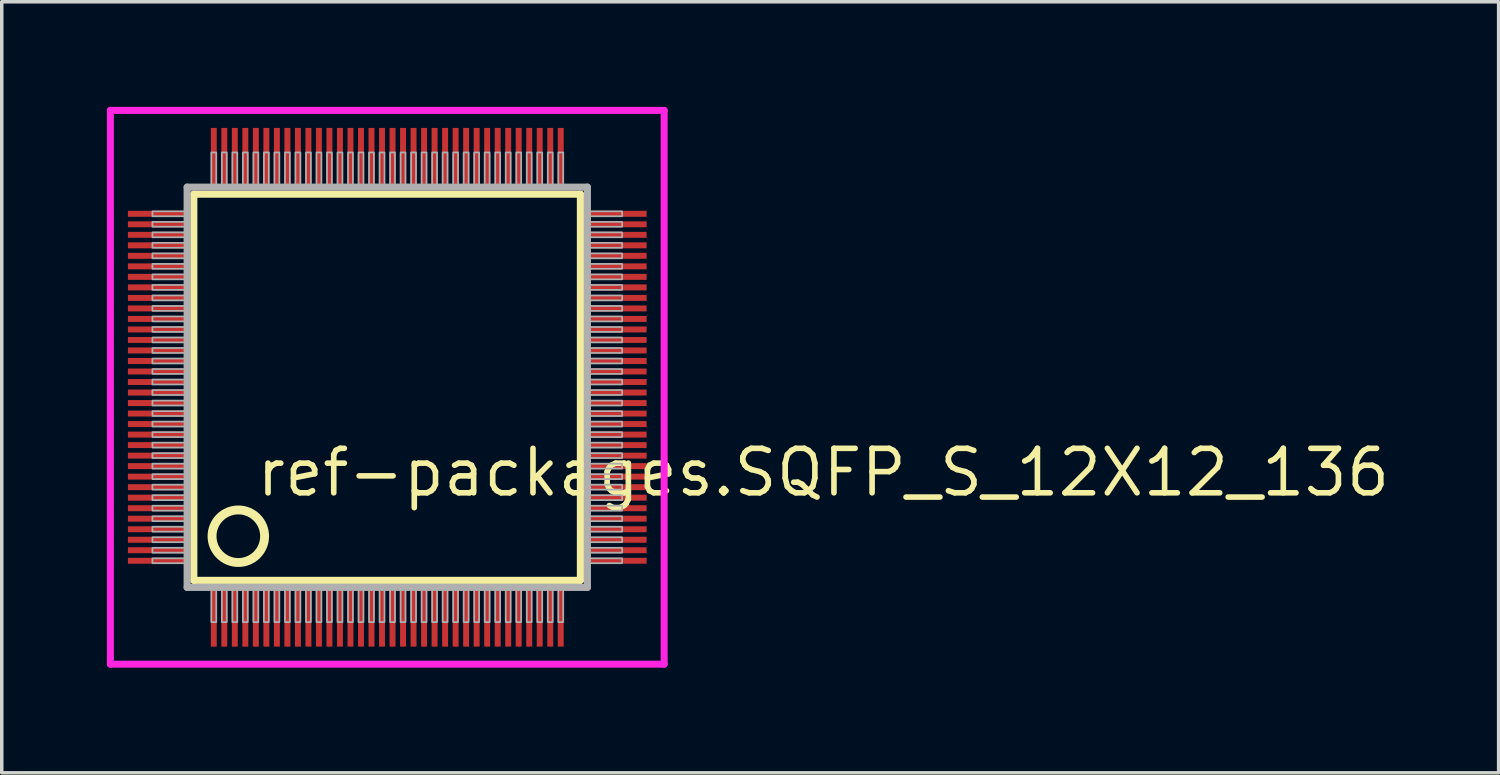
<source format=kicad_pcb>
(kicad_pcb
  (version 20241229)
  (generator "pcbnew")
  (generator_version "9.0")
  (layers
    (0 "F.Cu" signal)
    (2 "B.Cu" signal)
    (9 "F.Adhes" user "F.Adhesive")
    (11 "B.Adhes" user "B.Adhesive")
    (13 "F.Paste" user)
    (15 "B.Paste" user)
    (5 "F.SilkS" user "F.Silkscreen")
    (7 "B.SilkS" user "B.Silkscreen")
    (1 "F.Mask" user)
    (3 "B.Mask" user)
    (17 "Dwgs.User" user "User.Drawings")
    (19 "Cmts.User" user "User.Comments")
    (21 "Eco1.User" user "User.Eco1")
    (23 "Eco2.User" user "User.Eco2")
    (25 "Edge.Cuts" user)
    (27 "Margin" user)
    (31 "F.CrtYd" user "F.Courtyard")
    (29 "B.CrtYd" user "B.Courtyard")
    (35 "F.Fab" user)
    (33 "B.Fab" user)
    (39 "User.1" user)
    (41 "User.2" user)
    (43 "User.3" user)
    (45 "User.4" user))
  (footprint "ref-packages.SQFP_S_12X12_136"
    (layer "F.Cu")
    (at 8 8)
    (property "Reference" "ref-packages.SQFP_S_12X12_136" (at -3.81 3.175 0) (layer "F.SilkS") (effects (font (size 1.27 1.27) (thickness 0.16)) (justify left bottom)))
    (attr smd)
    (fp_line (start -5.52 -5.51) (end 5.51 -5.51) (stroke (width 0.203) (type default)) (layer "F.SilkS"))
    (fp_line (start -5.52 5.51) (end -5.52 -5.51) (stroke (width 0.203) (type default)) (layer "F.SilkS"))
    (fp_line (start 5.51 -5.51) (end 5.51 5.51) (stroke (width 0.203) (type default)) (layer "F.SilkS"))
    (fp_line (start 5.51 5.51) (end -5.52 5.51) (stroke (width 0.203) (type default)) (layer "F.SilkS"))
    (fp_circle (center -4.25 4.25) (end -3.5 4.25) (stroke (width 0.254) (type default)) (fill no) (layer "F.SilkS"))
    (fp_line (start -7.9 -7.9) (end 7.9 -7.9) (stroke (width 0.2) (type default)) (layer "F.CrtYd"))
    (fp_line (start -7.9 7.9) (end -7.9 -7.9) (stroke (width 0.2) (type default)) (layer "F.CrtYd"))
    (fp_line (start 7.9 -7.9) (end 7.9 7.9) (stroke (width 0.2) (type default)) (layer "F.CrtYd"))
    (fp_line (start 7.9 7.9) (end -7.9 7.9) (stroke (width 0.2) (type default)) (layer "F.CrtYd"))
    (fp_line (start -5.71 -5.71) (end -5.71 5.71) (stroke (width 0.203) (type default)) (layer "F.Fab"))
    (fp_line (start -5.71 5.71) (end 5.71 5.71) (stroke (width 0.203) (type default)) (layer "F.Fab"))
    (fp_line (start 5.71 -5.71) (end -5.71 -5.71) (stroke (width 0.203) (type default)) (layer "F.Fab"))
    (fp_line (start 5.71 5.71) (end 5.71 -5.71) (stroke (width 0.203) (type default)) (layer "F.Fab"))
    (fp_rect (start -6.7 -4.88) (end -5.75 -5.02) (stroke (width 0.05) (type default)) (fill no) (layer "F.Fab"))
    (fp_rect (start -6.7 -4.58) (end -5.75 -4.72) (stroke (width 0.05) (type default)) (fill no) (layer "F.Fab"))
    (fp_rect (start -6.7 -4.28) (end -5.75 -4.42) (stroke (width 0.05) (type default)) (fill no) (layer "F.Fab"))
    (fp_rect (start -6.7 -3.98) (end -5.75 -4.12) (stroke (width 0.05) (type default)) (fill no) (layer "F.Fab"))
    (fp_rect (start -6.7 -3.68) (end -5.75 -3.82) (stroke (width 0.05) (type default)) (fill no) (layer "F.Fab"))
    (fp_rect (start -6.7 -3.38) (end -5.75 -3.52) (stroke (width 0.05) (type default)) (fill no) (layer "F.Fab"))
    (fp_rect (start -6.7 -3.08) (end -5.75 -3.22) (stroke (width 0.05) (type default)) (fill no) (layer "F.Fab"))
    (fp_rect (start -6.7 -2.78) (end -5.75 -2.92) (stroke (width 0.05) (type default)) (fill no) (layer "F.Fab"))
    (fp_rect (start -6.7 -2.48) (end -5.75 -2.62) (stroke (width 0.05) (type default)) (fill no) (layer "F.Fab"))
    (fp_rect (start -6.7 -2.18) (end -5.75 -2.32) (stroke (width 0.05) (type default)) (fill no) (layer "F.Fab"))
    (fp_rect (start -6.7 -1.88) (end -5.75 -2.02) (stroke (width 0.05) (type default)) (fill no) (layer "F.Fab"))
    (fp_rect (start -6.7 -1.58) (end -5.75 -1.72) (stroke (width 0.05) (type default)) (fill no) (layer "F.Fab"))
    (fp_rect (start -6.7 -1.28) (end -5.75 -1.42) (stroke (width 0.05) (type default)) (fill no) (layer "F.Fab"))
    (fp_rect (start -6.7 -0.98) (end -5.75 -1.12) (stroke (width 0.05) (type default)) (fill no) (layer "F.Fab"))
    (fp_rect (start -6.7 -0.68) (end -5.75 -0.82) (stroke (width 0.05) (type default)) (fill no) (layer "F.Fab"))
    (fp_rect (start -6.7 -0.38) (end -5.75 -0.52) (stroke (width 0.05) (type default)) (fill no) (layer "F.Fab"))
    (fp_rect (start -6.7 -0.08) (end -5.75 -0.22) (stroke (width 0.05) (type default)) (fill no) (layer "F.Fab"))
    (fp_rect (start -6.7 0.22) (end -5.75 0.08) (stroke (width 0.05) (type default)) (fill no) (layer "F.Fab"))
    (fp_rect (start -6.7 0.52) (end -5.75 0.38) (stroke (width 0.05) (type default)) (fill no) (layer "F.Fab"))
    (fp_rect (start -6.7 0.82) (end -5.75 0.68) (stroke (width 0.05) (type default)) (fill no) (layer "F.Fab"))
    (fp_rect (start -6.7 1.12) (end -5.75 0.98) (stroke (width 0.05) (type default)) (fill no) (layer "F.Fab"))
    (fp_rect (start -6.7 1.42) (end -5.75 1.28) (stroke (width 0.05) (type default)) (fill no) (layer "F.Fab"))
    (fp_rect (start -6.7 1.72) (end -5.75 1.58) (stroke (width 0.05) (type default)) (fill no) (layer "F.Fab"))
    (fp_rect (start -6.7 2.02) (end -5.75 1.88) (stroke (width 0.05) (type default)) (fill no) (layer "F.Fab"))
    (fp_rect (start -6.7 2.32) (end -5.75 2.18) (stroke (width 0.05) (type default)) (fill no) (layer "F.Fab"))
    (fp_rect (start -6.7 2.62) (end -5.75 2.48) (stroke (width 0.05) (type default)) (fill no) (layer "F.Fab"))
    (fp_rect (start -6.7 2.92) (end -5.75 2.78) (stroke (width 0.05) (type default)) (fill no) (layer "F.Fab"))
    (fp_rect (start -6.7 3.22) (end -5.75 3.08) (stroke (width 0.05) (type default)) (fill no) (layer "F.Fab"))
    (fp_rect (start -6.7 3.52) (end -5.75 3.38) (stroke (width 0.05) (type default)) (fill no) (layer "F.Fab"))
    (fp_rect (start -6.7 3.82) (end -5.75 3.68) (stroke (width 0.05) (type default)) (fill no) (layer "F.Fab"))
    (fp_rect (start -6.7 4.12) (end -5.75 3.98) (stroke (width 0.05) (type default)) (fill no) (layer "F.Fab"))
    (fp_rect (start -6.7 4.42) (end -5.75 4.28) (stroke (width 0.05) (type default)) (fill no) (layer "F.Fab"))
    (fp_rect (start -6.7 4.72) (end -5.75 4.58) (stroke (width 0.05) (type default)) (fill no) (layer "F.Fab"))
    (fp_rect (start -6.7 5.02) (end -5.75 4.88) (stroke (width 0.05) (type default)) (fill no) (layer "F.Fab"))
    (fp_rect (start -5.02 -5.75) (end -4.88 -6.7) (stroke (width 0.05) (type default)) (fill no) (layer "F.Fab"))
    (fp_rect (start -5.02 6.7) (end -4.88 5.75) (stroke (width 0.05) (type default)) (fill no) (layer "F.Fab"))
    (fp_rect (start -4.72 -5.75) (end -4.58 -6.7) (stroke (width 0.05) (type default)) (fill no) (layer "F.Fab"))
    (fp_rect (start -4.72 6.7) (end -4.58 5.75) (stroke (width 0.05) (type default)) (fill no) (layer "F.Fab"))
    (fp_rect (start -4.42 -5.75) (end -4.28 -6.7) (stroke (width 0.05) (type default)) (fill no) (layer "F.Fab"))
    (fp_rect (start -4.42 6.7) (end -4.28 5.75) (stroke (width 0.05) (type default)) (fill no) (layer "F.Fab"))
    (fp_rect (start -4.12 -5.75) (end -3.98 -6.7) (stroke (width 0.05) (type default)) (fill no) (layer "F.Fab"))
    (fp_rect (start -4.12 6.7) (end -3.98 5.75) (stroke (width 0.05) (type default)) (fill no) (layer "F.Fab"))
    (fp_rect (start -3.82 -5.75) (end -3.68 -6.7) (stroke (width 0.05) (type default)) (fill no) (layer "F.Fab"))
    (fp_rect (start -3.82 6.7) (end -3.68 5.75) (stroke (width 0.05) (type default)) (fill no) (layer "F.Fab"))
    (fp_rect (start -3.52 -5.75) (end -3.38 -6.7) (stroke (width 0.05) (type default)) (fill no) (layer "F.Fab"))
    (fp_rect (start -3.52 6.7) (end -3.38 5.75) (stroke (width 0.05) (type default)) (fill no) (layer "F.Fab"))
    (fp_rect (start -3.22 -5.75) (end -3.08 -6.7) (stroke (width 0.05) (type default)) (fill no) (layer "F.Fab"))
    (fp_rect (start -3.22 6.7) (end -3.08 5.75) (stroke (width 0.05) (type default)) (fill no) (layer "F.Fab"))
    (fp_rect (start -2.92 -5.75) (end -2.78 -6.7) (stroke (width 0.05) (type default)) (fill no) (layer "F.Fab"))
    (fp_rect (start -2.92 6.7) (end -2.78 5.75) (stroke (width 0.05) (type default)) (fill no) (layer "F.Fab"))
    (fp_rect (start -2.62 -5.75) (end -2.48 -6.7) (stroke (width 0.05) (type default)) (fill no) (layer "F.Fab"))
    (fp_rect (start -2.62 6.7) (end -2.48 5.75) (stroke (width 0.05) (type default)) (fill no) (layer "F.Fab"))
    (fp_rect (start -2.32 -5.75) (end -2.18 -6.7) (stroke (width 0.05) (type default)) (fill no) (layer "F.Fab"))
    (fp_rect (start -2.32 6.7) (end -2.18 5.75) (stroke (width 0.05) (type default)) (fill no) (layer "F.Fab"))
    (fp_rect (start -2.02 -5.75) (end -1.88 -6.7) (stroke (width 0.05) (type default)) (fill no) (layer "F.Fab"))
    (fp_rect (start -2.02 6.7) (end -1.88 5.75) (stroke (width 0.05) (type default)) (fill no) (layer "F.Fab"))
    (fp_rect (start -1.72 -5.75) (end -1.58 -6.7) (stroke (width 0.05) (type default)) (fill no) (layer "F.Fab"))
    (fp_rect (start -1.72 6.7) (end -1.58 5.75) (stroke (width 0.05) (type default)) (fill no) (layer "F.Fab"))
    (fp_rect (start -1.42 -5.75) (end -1.28 -6.7) (stroke (width 0.05) (type default)) (fill no) (layer "F.Fab"))
    (fp_rect (start -1.42 6.7) (end -1.28 5.75) (stroke (width 0.05) (type default)) (fill no) (layer "F.Fab"))
    (fp_rect (start -1.12 -5.75) (end -0.98 -6.7) (stroke (width 0.05) (type default)) (fill no) (layer "F.Fab"))
    (fp_rect (start -1.12 6.7) (end -0.98 5.75) (stroke (width 0.05) (type default)) (fill no) (layer "F.Fab"))
    (fp_rect (start -0.82 -5.75) (end -0.68 -6.7) (stroke (width 0.05) (type default)) (fill no) (layer "F.Fab"))
    (fp_rect (start -0.82 6.7) (end -0.68 5.75) (stroke (width 0.05) (type default)) (fill no) (layer "F.Fab"))
    (fp_rect (start -0.52 -5.75) (end -0.38 -6.7) (stroke (width 0.05) (type default)) (fill no) (layer "F.Fab"))
    (fp_rect (start -0.52 6.7) (end -0.38 5.75) (stroke (width 0.05) (type default)) (fill no) (layer "F.Fab"))
    (fp_rect (start -0.22 -5.75) (end -0.08 -6.7) (stroke (width 0.05) (type default)) (fill no) (layer "F.Fab"))
    (fp_rect (start -0.22 6.7) (end -0.08 5.75) (stroke (width 0.05) (type default)) (fill no) (layer "F.Fab"))
    (fp_rect (start 0.08 -5.75) (end 0.22 -6.7) (stroke (width 0.05) (type default)) (fill no) (layer "F.Fab"))
    (fp_rect (start 0.08 6.7) (end 0.22 5.75) (stroke (width 0.05) (type default)) (fill no) (layer "F.Fab"))
    (fp_rect (start 0.38 -5.75) (end 0.52 -6.7) (stroke (width 0.05) (type default)) (fill no) (layer "F.Fab"))
    (fp_rect (start 0.38 6.7) (end 0.52 5.75) (stroke (width 0.05) (type default)) (fill no) (layer "F.Fab"))
    (fp_rect (start 0.68 -5.75) (end 0.82 -6.7) (stroke (width 0.05) (type default)) (fill no) (layer "F.Fab"))
    (fp_rect (start 0.68 6.7) (end 0.82 5.75) (stroke (width 0.05) (type default)) (fill no) (layer "F.Fab"))
    (fp_rect (start 0.98 -5.75) (end 1.12 -6.7) (stroke (width 0.05) (type default)) (fill no) (layer "F.Fab"))
    (fp_rect (start 0.98 6.7) (end 1.12 5.75) (stroke (width 0.05) (type default)) (fill no) (layer "F.Fab"))
    (fp_rect (start 1.28 -5.75) (end 1.42 -6.7) (stroke (width 0.05) (type default)) (fill no) (layer "F.Fab"))
    (fp_rect (start 1.28 6.7) (end 1.42 5.75) (stroke (width 0.05) (type default)) (fill no) (layer "F.Fab"))
    (fp_rect (start 1.58 -5.75) (end 1.72 -6.7) (stroke (width 0.05) (type default)) (fill no) (layer "F.Fab"))
    (fp_rect (start 1.58 6.7) (end 1.72 5.75) (stroke (width 0.05) (type default)) (fill no) (layer "F.Fab"))
    (fp_rect (start 1.88 -5.75) (end 2.02 -6.7) (stroke (width 0.05) (type default)) (fill no) (layer "F.Fab"))
    (fp_rect (start 1.88 6.7) (end 2.02 5.75) (stroke (width 0.05) (type default)) (fill no) (layer "F.Fab"))
    (fp_rect (start 2.18 -5.75) (end 2.32 -6.7) (stroke (width 0.05) (type default)) (fill no) (layer "F.Fab"))
    (fp_rect (start 2.18 6.7) (end 2.32 5.75) (stroke (width 0.05) (type default)) (fill no) (layer "F.Fab"))
    (fp_rect (start 2.48 -5.75) (end 2.62 -6.7) (stroke (width 0.05) (type default)) (fill no) (layer "F.Fab"))
    (fp_rect (start 2.48 6.7) (end 2.62 5.75) (stroke (width 0.05) (type default)) (fill no) (layer "F.Fab"))
    (fp_rect (start 2.78 -5.75) (end 2.92 -6.7) (stroke (width 0.05) (type default)) (fill no) (layer "F.Fab"))
    (fp_rect (start 2.78 6.7) (end 2.92 5.75) (stroke (width 0.05) (type default)) (fill no) (layer "F.Fab"))
    (fp_rect (start 3.08 -5.75) (end 3.22 -6.7) (stroke (width 0.05) (type default)) (fill no) (layer "F.Fab"))
    (fp_rect (start 3.08 6.7) (end 3.22 5.75) (stroke (width 0.05) (type default)) (fill no) (layer "F.Fab"))
    (fp_rect (start 3.38 -5.75) (end 3.52 -6.7) (stroke (width 0.05) (type default)) (fill no) (layer "F.Fab"))
    (fp_rect (start 3.38 6.7) (end 3.52 5.75) (stroke (width 0.05) (type default)) (fill no) (layer "F.Fab"))
    (fp_rect (start 3.68 -5.75) (end 3.82 -6.7) (stroke (width 0.05) (type default)) (fill no) (layer "F.Fab"))
    (fp_rect (start 3.68 6.7) (end 3.82 5.75) (stroke (width 0.05) (type default)) (fill no) (layer "F.Fab"))
    (fp_rect (start 3.98 -5.75) (end 4.12 -6.7) (stroke (width 0.05) (type default)) (fill no) (layer "F.Fab"))
    (fp_rect (start 3.98 6.7) (end 4.12 5.75) (stroke (width 0.05) (type default)) (fill no) (layer "F.Fab"))
    (fp_rect (start 4.28 -5.75) (end 4.42 -6.7) (stroke (width 0.05) (type default)) (fill no) (layer "F.Fab"))
    (fp_rect (start 4.28 6.7) (end 4.42 5.75) (stroke (width 0.05) (type default)) (fill no) (layer "F.Fab"))
    (fp_rect (start 4.58 -5.75) (end 4.72 -6.7) (stroke (width 0.05) (type default)) (fill no) (layer "F.Fab"))
    (fp_rect (start 4.58 6.7) (end 4.72 5.75) (stroke (width 0.05) (type default)) (fill no) (layer "F.Fab"))
    (fp_rect (start 4.88 -5.75) (end 5.02 -6.7) (stroke (width 0.05) (type default)) (fill no) (layer "F.Fab"))
    (fp_rect (start 4.88 6.7) (end 5.02 5.75) (stroke (width 0.05) (type default)) (fill no) (layer "F.Fab"))
    (fp_rect (start 5.75 -4.88) (end 6.7 -5.02) (stroke (width 0.05) (type default)) (fill no) (layer "F.Fab"))
    (fp_rect (start 5.75 -4.58) (end 6.7 -4.72) (stroke (width 0.05) (type default)) (fill no) (layer "F.Fab"))
    (fp_rect (start 5.75 -4.28) (end 6.7 -4.42) (stroke (width 0.05) (type default)) (fill no) (layer "F.Fab"))
    (fp_rect (start 5.75 -3.98) (end 6.7 -4.12) (stroke (width 0.05) (type default)) (fill no) (layer "F.Fab"))
    (fp_rect (start 5.75 -3.68) (end 6.7 -3.82) (stroke (width 0.05) (type default)) (fill no) (layer "F.Fab"))
    (fp_rect (start 5.75 -3.38) (end 6.7 -3.52) (stroke (width 0.05) (type default)) (fill no) (layer "F.Fab"))
    (fp_rect (start 5.75 -3.08) (end 6.7 -3.22) (stroke (width 0.05) (type default)) (fill no) (layer "F.Fab"))
    (fp_rect (start 5.75 -2.78) (end 6.7 -2.92) (stroke (width 0.05) (type default)) (fill no) (layer "F.Fab"))
    (fp_rect (start 5.75 -2.48) (end 6.7 -2.62) (stroke (width 0.05) (type default)) (fill no) (layer "F.Fab"))
    (fp_rect (start 5.75 -2.18) (end 6.7 -2.32) (stroke (width 0.05) (type default)) (fill no) (layer "F.Fab"))
    (fp_rect (start 5.75 -1.88) (end 6.7 -2.02) (stroke (width 0.05) (type default)) (fill no) (layer "F.Fab"))
    (fp_rect (start 5.75 -1.58) (end 6.7 -1.72) (stroke (width 0.05) (type default)) (fill no) (layer "F.Fab"))
    (fp_rect (start 5.75 -1.28) (end 6.7 -1.42) (stroke (width 0.05) (type default)) (fill no) (layer "F.Fab"))
    (fp_rect (start 5.75 -0.98) (end 6.7 -1.12) (stroke (width 0.05) (type default)) (fill no) (layer "F.Fab"))
    (fp_rect (start 5.75 -0.68) (end 6.7 -0.82) (stroke (width 0.05) (type default)) (fill no) (layer "F.Fab"))
    (fp_rect (start 5.75 -0.38) (end 6.7 -0.52) (stroke (width 0.05) (type default)) (fill no) (layer "F.Fab"))
    (fp_rect (start 5.75 -0.08) (end 6.7 -0.22) (stroke (width 0.05) (type default)) (fill no) (layer "F.Fab"))
    (fp_rect (start 5.75 0.22) (end 6.7 0.08) (stroke (width 0.05) (type default)) (fill no) (layer "F.Fab"))
    (fp_rect (start 5.75 0.52) (end 6.7 0.38) (stroke (width 0.05) (type default)) (fill no) (layer "F.Fab"))
    (fp_rect (start 5.75 0.82) (end 6.7 0.68) (stroke (width 0.05) (type default)) (fill no) (layer "F.Fab"))
    (fp_rect (start 5.75 1.12) (end 6.7 0.98) (stroke (width 0.05) (type default)) (fill no) (layer "F.Fab"))
    (fp_rect (start 5.75 1.42) (end 6.7 1.28) (stroke (width 0.05) (type default)) (fill no) (layer "F.Fab"))
    (fp_rect (start 5.75 1.72) (end 6.7 1.58) (stroke (width 0.05) (type default)) (fill no) (layer "F.Fab"))
    (fp_rect (start 5.75 2.02) (end 6.7 1.88) (stroke (width 0.05) (type default)) (fill no) (layer "F.Fab"))
    (fp_rect (start 5.75 2.32) (end 6.7 2.18) (stroke (width 0.05) (type default)) (fill no) (layer "F.Fab"))
    (fp_rect (start 5.75 2.62) (end 6.7 2.48) (stroke (width 0.05) (type default)) (fill no) (layer "F.Fab"))
    (fp_rect (start 5.75 2.92) (end 6.7 2.78) (stroke (width 0.05) (type default)) (fill no) (layer "F.Fab"))
    (fp_rect (start 5.75 3.22) (end 6.7 3.08) (stroke (width 0.05) (type default)) (fill no) (layer "F.Fab"))
    (fp_rect (start 5.75 3.52) (end 6.7 3.38) (stroke (width 0.05) (type default)) (fill no) (layer "F.Fab"))
    (fp_rect (start 5.75 3.82) (end 6.7 3.68) (stroke (width 0.05) (type default)) (fill no) (layer "F.Fab"))
    (fp_rect (start 5.75 4.12) (end 6.7 3.98) (stroke (width 0.05) (type default)) (fill no) (layer "F.Fab"))
    (fp_rect (start 5.75 4.42) (end 6.7 4.28) (stroke (width 0.05) (type default)) (fill no) (layer "F.Fab"))
    (fp_rect (start 5.75 4.72) (end 6.7 4.58) (stroke (width 0.05) (type default)) (fill no) (layer "F.Fab"))
    (fp_rect (start 5.75 5.02) (end 6.7 4.88) (stroke (width 0.05) (type default)) (fill no) (layer "F.Fab"))
    (pad "1" smd roundrect (at -4.95 6.6) (size 0.17 1.6) (layers "F.Cu" "F.Mask" "F.Paste") (roundrect_rratio 0.01))
    (pad "2" smd roundrect (at -4.65 6.6) (size 0.17 1.6) (layers "F.Cu" "F.Mask" "F.Paste") (roundrect_rratio 0.01))
    (pad "3" smd roundrect (at -4.35 6.6) (size 0.17 1.6) (layers "F.Cu" "F.Mask" "F.Paste") (roundrect_rratio 0.01))
    (pad "4" smd roundrect (at -4.05 6.6) (size 0.17 1.6) (layers "F.Cu" "F.Mask" "F.Paste") (roundrect_rratio 0.01))
    (pad "5" smd roundrect (at -3.75 6.6) (size 0.17 1.6) (layers "F.Cu" "F.Mask" "F.Paste") (roundrect_rratio 0.01))
    (pad "6" smd roundrect (at -3.45 6.6) (size 0.17 1.6) (layers "F.Cu" "F.Mask" "F.Paste") (roundrect_rratio 0.01))
    (pad "7" smd roundrect (at -3.15 6.6) (size 0.17 1.6) (layers "F.Cu" "F.Mask" "F.Paste") (roundrect_rratio 0.01))
    (pad "8" smd roundrect (at -2.85 6.6) (size 0.17 1.6) (layers "F.Cu" "F.Mask" "F.Paste") (roundrect_rratio 0.01))
    (pad "9" smd roundrect (at -2.55 6.6) (size 0.17 1.6) (layers "F.Cu" "F.Mask" "F.Paste") (roundrect_rratio 0.01))
    (pad "10" smd roundrect (at -2.25 6.6) (size 0.17 1.6) (layers "F.Cu" "F.Mask" "F.Paste") (roundrect_rratio 0.01))
    (pad "11" smd roundrect (at -1.95 6.6) (size 0.17 1.6) (layers "F.Cu" "F.Mask" "F.Paste") (roundrect_rratio 0.01))
    (pad "12" smd roundrect (at -1.65 6.6) (size 0.17 1.6) (layers "F.Cu" "F.Mask" "F.Paste") (roundrect_rratio 0.01))
    (pad "13" smd roundrect (at -1.35 6.6) (size 0.17 1.6) (layers "F.Cu" "F.Mask" "F.Paste") (roundrect_rratio 0.01))
    (pad "14" smd roundrect (at -1.05 6.6) (size 0.17 1.6) (layers "F.Cu" "F.Mask" "F.Paste") (roundrect_rratio 0.01))
    (pad "15" smd roundrect (at -0.75 6.6) (size 0.17 1.6) (layers "F.Cu" "F.Mask" "F.Paste") (roundrect_rratio 0.01))
    (pad "16" smd roundrect (at -0.45 6.6) (size 0.17 1.6) (layers "F.Cu" "F.Mask" "F.Paste") (roundrect_rratio 0.01))
    (pad "17" smd roundrect (at -0.15 6.6) (size 0.17 1.6) (layers "F.Cu" "F.Mask" "F.Paste") (roundrect_rratio 0.01))
    (pad "18" smd roundrect (at 0.15 6.6) (size 0.17 1.6) (layers "F.Cu" "F.Mask" "F.Paste") (roundrect_rratio 0.01))
    (pad "19" smd roundrect (at 0.45 6.6) (size 0.17 1.6) (layers "F.Cu" "F.Mask" "F.Paste") (roundrect_rratio 0.01))
    (pad "20" smd roundrect (at 0.75 6.6) (size 0.17 1.6) (layers "F.Cu" "F.Mask" "F.Paste") (roundrect_rratio 0.01))
    (pad "21" smd roundrect (at 1.05 6.6) (size 0.17 1.6) (layers "F.Cu" "F.Mask" "F.Paste") (roundrect_rratio 0.01))
    (pad "22" smd roundrect (at 1.35 6.6) (size 0.17 1.6) (layers "F.Cu" "F.Mask" "F.Paste") (roundrect_rratio 0.01))
    (pad "23" smd roundrect (at 1.65 6.6) (size 0.17 1.6) (layers "F.Cu" "F.Mask" "F.Paste") (roundrect_rratio 0.01))
    (pad "24" smd roundrect (at 1.95 6.6) (size 0.17 1.6) (layers "F.Cu" "F.Mask" "F.Paste") (roundrect_rratio 0.01))
    (pad "25" smd roundrect (at 2.25 6.6) (size 0.17 1.6) (layers "F.Cu" "F.Mask" "F.Paste") (roundrect_rratio 0.01))
    (pad "26" smd roundrect (at 2.55 6.6) (size 0.17 1.6) (layers "F.Cu" "F.Mask" "F.Paste") (roundrect_rratio 0.01))
    (pad "27" smd roundrect (at 2.85 6.6) (size 0.17 1.6) (layers "F.Cu" "F.Mask" "F.Paste") (roundrect_rratio 0.01))
    (pad "28" smd roundrect (at 3.15 6.6) (size 0.17 1.6) (layers "F.Cu" "F.Mask" "F.Paste") (roundrect_rratio 0.01))
    (pad "29" smd roundrect (at 3.45 6.6) (size 0.17 1.6) (layers "F.Cu" "F.Mask" "F.Paste") (roundrect_rratio 0.01))
    (pad "30" smd roundrect (at 3.75 6.6) (size 0.17 1.6) (layers "F.Cu" "F.Mask" "F.Paste") (roundrect_rratio 0.01))
    (pad "31" smd roundrect (at 4.05 6.6) (size 0.17 1.6) (layers "F.Cu" "F.Mask" "F.Paste") (roundrect_rratio 0.01))
    (pad "32" smd roundrect (at 4.35 6.6) (size 0.17 1.6) (layers "F.Cu" "F.Mask" "F.Paste") (roundrect_rratio 0.01))
    (pad "33" smd roundrect (at 4.65 6.6) (size 0.17 1.6) (layers "F.Cu" "F.Mask" "F.Paste") (roundrect_rratio 0.01))
    (pad "34" smd roundrect (at 4.95 6.6) (size 0.17 1.6) (layers "F.Cu" "F.Mask" "F.Paste") (roundrect_rratio 0.01))
    (pad "35" smd roundrect (at 6.6 4.95) (size 1.6 0.17) (layers "F.Cu" "F.Mask" "F.Paste") (roundrect_rratio 0.01))
    (pad "36" smd roundrect (at 6.6 4.65) (size 1.6 0.17) (layers "F.Cu" "F.Mask" "F.Paste") (roundrect_rratio 0.01))
    (pad "37" smd roundrect (at 6.6 4.35) (size 1.6 0.17) (layers "F.Cu" "F.Mask" "F.Paste") (roundrect_rratio 0.01))
    (pad "38" smd roundrect (at 6.6 4.05) (size 1.6 0.17) (layers "F.Cu" "F.Mask" "F.Paste") (roundrect_rratio 0.01))
    (pad "39" smd roundrect (at 6.6 3.75) (size 1.6 0.17) (layers "F.Cu" "F.Mask" "F.Paste") (roundrect_rratio 0.01))
    (pad "40" smd roundrect (at 6.6 3.45) (size 1.6 0.17) (layers "F.Cu" "F.Mask" "F.Paste") (roundrect_rratio 0.01))
    (pad "41" smd roundrect (at 6.6 3.15) (size 1.6 0.17) (layers "F.Cu" "F.Mask" "F.Paste") (roundrect_rratio 0.01))
    (pad "42" smd roundrect (at 6.6 2.85) (size 1.6 0.17) (layers "F.Cu" "F.Mask" "F.Paste") (roundrect_rratio 0.01))
    (pad "43" smd roundrect (at 6.6 2.55) (size 1.6 0.17) (layers "F.Cu" "F.Mask" "F.Paste") (roundrect_rratio 0.01))
    (pad "44" smd roundrect (at 6.6 2.25) (size 1.6 0.17) (layers "F.Cu" "F.Mask" "F.Paste") (roundrect_rratio 0.01))
    (pad "45" smd roundrect (at 6.6 1.95) (size 1.6 0.17) (layers "F.Cu" "F.Mask" "F.Paste") (roundrect_rratio 0.01))
    (pad "46" smd roundrect (at 6.6 1.65) (size 1.6 0.17) (layers "F.Cu" "F.Mask" "F.Paste") (roundrect_rratio 0.01))
    (pad "47" smd roundrect (at 6.6 1.35) (size 1.6 0.17) (layers "F.Cu" "F.Mask" "F.Paste") (roundrect_rratio 0.01))
    (pad "48" smd roundrect (at 6.6 1.05) (size 1.6 0.17) (layers "F.Cu" "F.Mask" "F.Paste") (roundrect_rratio 0.01))
    (pad "49" smd roundrect (at 6.6 0.75) (size 1.6 0.17) (layers "F.Cu" "F.Mask" "F.Paste") (roundrect_rratio 0.01))
    (pad "50" smd roundrect (at 6.6 0.45) (size 1.6 0.17) (layers "F.Cu" "F.Mask" "F.Paste") (roundrect_rratio 0.01))
    (pad "51" smd roundrect (at 6.6 0.15) (size 1.6 0.17) (layers "F.Cu" "F.Mask" "F.Paste") (roundrect_rratio 0.01))
    (pad "52" smd roundrect (at 6.6 -0.15) (size 1.6 0.17) (layers "F.Cu" "F.Mask" "F.Paste") (roundrect_rratio 0.01))
    (pad "53" smd roundrect (at 6.6 -0.45) (size 1.6 0.17) (layers "F.Cu" "F.Mask" "F.Paste") (roundrect_rratio 0.01))
    (pad "54" smd roundrect (at 6.6 -0.75) (size 1.6 0.17) (layers "F.Cu" "F.Mask" "F.Paste") (roundrect_rratio 0.01))
    (pad "55" smd roundrect (at 6.6 -1.05) (size 1.6 0.17) (layers "F.Cu" "F.Mask" "F.Paste") (roundrect_rratio 0.01))
    (pad "56" smd roundrect (at 6.6 -1.35) (size 1.6 0.17) (layers "F.Cu" "F.Mask" "F.Paste") (roundrect_rratio 0.01))
    (pad "57" smd roundrect (at 6.6 -1.65) (size 1.6 0.17) (layers "F.Cu" "F.Mask" "F.Paste") (roundrect_rratio 0.01))
    (pad "58" smd roundrect (at 6.6 -1.95) (size 1.6 0.17) (layers "F.Cu" "F.Mask" "F.Paste") (roundrect_rratio 0.01))
    (pad "59" smd roundrect (at 6.6 -2.25) (size 1.6 0.17) (layers "F.Cu" "F.Mask" "F.Paste") (roundrect_rratio 0.01))
    (pad "60" smd roundrect (at 6.6 -2.55) (size 1.6 0.17) (layers "F.Cu" "F.Mask" "F.Paste") (roundrect_rratio 0.01))
    (pad "61" smd roundrect (at 6.6 -2.85) (size 1.6 0.17) (layers "F.Cu" "F.Mask" "F.Paste") (roundrect_rratio 0.01))
    (pad "62" smd roundrect (at 6.6 -3.15) (size 1.6 0.17) (layers "F.Cu" "F.Mask" "F.Paste") (roundrect_rratio 0.01))
    (pad "63" smd roundrect (at 6.6 -3.45) (size 1.6 0.17) (layers "F.Cu" "F.Mask" "F.Paste") (roundrect_rratio 0.01))
    (pad "64" smd roundrect (at 6.6 -3.75) (size 1.6 0.17) (layers "F.Cu" "F.Mask" "F.Paste") (roundrect_rratio 0.01))
    (pad "65" smd roundrect (at 6.6 -4.05) (size 1.6 0.17) (layers "F.Cu" "F.Mask" "F.Paste") (roundrect_rratio 0.01))
    (pad "66" smd roundrect (at 6.6 -4.35) (size 1.6 0.17) (layers "F.Cu" "F.Mask" "F.Paste") (roundrect_rratio 0.01))
    (pad "67" smd roundrect (at 6.6 -4.65) (size 1.6 0.17) (layers "F.Cu" "F.Mask" "F.Paste") (roundrect_rratio 0.01))
    (pad "68" smd roundrect (at 6.6 -4.95) (size 1.6 0.17) (layers "F.Cu" "F.Mask" "F.Paste") (roundrect_rratio 0.01))
    (pad "69" smd roundrect (at 4.95 -6.6) (size 0.17 1.6) (layers "F.Cu" "F.Mask" "F.Paste") (roundrect_rratio 0.01))
    (pad "70" smd roundrect (at 4.65 -6.6) (size 0.17 1.6) (layers "F.Cu" "F.Mask" "F.Paste") (roundrect_rratio 0.01))
    (pad "71" smd roundrect (at 4.35 -6.6) (size 0.17 1.6) (layers "F.Cu" "F.Mask" "F.Paste") (roundrect_rratio 0.01))
    (pad "72" smd roundrect (at 4.05 -6.6) (size 0.17 1.6) (layers "F.Cu" "F.Mask" "F.Paste") (roundrect_rratio 0.01))
    (pad "73" smd roundrect (at 3.75 -6.6) (size 0.17 1.6) (layers "F.Cu" "F.Mask" "F.Paste") (roundrect_rratio 0.01))
    (pad "74" smd roundrect (at 3.45 -6.6) (size 0.17 1.6) (layers "F.Cu" "F.Mask" "F.Paste") (roundrect_rratio 0.01))
    (pad "75" smd roundrect (at 3.15 -6.6) (size 0.17 1.6) (layers "F.Cu" "F.Mask" "F.Paste") (roundrect_rratio 0.01))
    (pad "76" smd roundrect (at 2.85 -6.6) (size 0.17 1.6) (layers "F.Cu" "F.Mask" "F.Paste") (roundrect_rratio 0.01))
    (pad "77" smd roundrect (at 2.55 -6.6) (size 0.17 1.6) (layers "F.Cu" "F.Mask" "F.Paste") (roundrect_rratio 0.01))
    (pad "78" smd roundrect (at 2.25 -6.6) (size 0.17 1.6) (layers "F.Cu" "F.Mask" "F.Paste") (roundrect_rratio 0.01))
    (pad "79" smd roundrect (at 1.95 -6.6) (size 0.17 1.6) (layers "F.Cu" "F.Mask" "F.Paste") (roundrect_rratio 0.01))
    (pad "80" smd roundrect (at 1.65 -6.6) (size 0.17 1.6) (layers "F.Cu" "F.Mask" "F.Paste") (roundrect_rratio 0.01))
    (pad "81" smd roundrect (at 1.35 -6.6) (size 0.17 1.6) (layers "F.Cu" "F.Mask" "F.Paste") (roundrect_rratio 0.01))
    (pad "82" smd roundrect (at 1.05 -6.6) (size 0.17 1.6) (layers "F.Cu" "F.Mask" "F.Paste") (roundrect_rratio 0.01))
    (pad "83" smd roundrect (at 0.75 -6.6) (size 0.17 1.6) (layers "F.Cu" "F.Mask" "F.Paste") (roundrect_rratio 0.01))
    (pad "84" smd roundrect (at 0.45 -6.6) (size 0.17 1.6) (layers "F.Cu" "F.Mask" "F.Paste") (roundrect_rratio 0.01))
    (pad "85" smd roundrect (at 0.15 -6.6) (size 0.17 1.6) (layers "F.Cu" "F.Mask" "F.Paste") (roundrect_rratio 0.01))
    (pad "86" smd roundrect (at -0.15 -6.6) (size 0.17 1.6) (layers "F.Cu" "F.Mask" "F.Paste") (roundrect_rratio 0.01))
    (pad "87" smd roundrect (at -0.45 -6.6) (size 0.17 1.6) (layers "F.Cu" "F.Mask" "F.Paste") (roundrect_rratio 0.01))
    (pad "88" smd roundrect (at -0.75 -6.6) (size 0.17 1.6) (layers "F.Cu" "F.Mask" "F.Paste") (roundrect_rratio 0.01))
    (pad "89" smd roundrect (at -1.05 -6.6) (size 0.17 1.6) (layers "F.Cu" "F.Mask" "F.Paste") (roundrect_rratio 0.01))
    (pad "90" smd roundrect (at -1.35 -6.6) (size 0.17 1.6) (layers "F.Cu" "F.Mask" "F.Paste") (roundrect_rratio 0.01))
    (pad "91" smd roundrect (at -1.65 -6.6) (size 0.17 1.6) (layers "F.Cu" "F.Mask" "F.Paste") (roundrect_rratio 0.01))
    (pad "92" smd roundrect (at -1.95 -6.6) (size 0.17 1.6) (layers "F.Cu" "F.Mask" "F.Paste") (roundrect_rratio 0.01))
    (pad "93" smd roundrect (at -2.25 -6.6) (size 0.17 1.6) (layers "F.Cu" "F.Mask" "F.Paste") (roundrect_rratio 0.01))
    (pad "94" smd roundrect (at -2.55 -6.6) (size 0.17 1.6) (layers "F.Cu" "F.Mask" "F.Paste") (roundrect_rratio 0.01))
    (pad "95" smd roundrect (at -2.85 -6.6) (size 0.17 1.6) (layers "F.Cu" "F.Mask" "F.Paste") (roundrect_rratio 0.01))
    (pad "96" smd roundrect (at -3.15 -6.6) (size 0.17 1.6) (layers "F.Cu" "F.Mask" "F.Paste") (roundrect_rratio 0.01))
    (pad "97" smd roundrect (at -3.45 -6.6) (size 0.17 1.6) (layers "F.Cu" "F.Mask" "F.Paste") (roundrect_rratio 0.01))
    (pad "98" smd roundrect (at -3.75 -6.6) (size 0.17 1.6) (layers "F.Cu" "F.Mask" "F.Paste") (roundrect_rratio 0.01))
    (pad "99" smd roundrect (at -4.05 -6.6) (size 0.17 1.6) (layers "F.Cu" "F.Mask" "F.Paste") (roundrect_rratio 0.01))
    (pad "100" smd roundrect (at -4.35 -6.6) (size 0.17 1.6) (layers "F.Cu" "F.Mask" "F.Paste") (roundrect_rratio 0.01))
    (pad "101" smd roundrect (at -4.65 -6.6) (size 0.17 1.6) (layers "F.Cu" "F.Mask" "F.Paste") (roundrect_rratio 0.01))
    (pad "102" smd roundrect (at -4.95 -6.6) (size 0.17 1.6) (layers "F.Cu" "F.Mask" "F.Paste") (roundrect_rratio 0.01))
    (pad "103" smd roundrect (at -6.6 -4.95) (size 1.6 0.17) (layers "F.Cu" "F.Mask" "F.Paste") (roundrect_rratio 0.01))
    (pad "104" smd roundrect (at -6.6 -4.65) (size 1.6 0.17) (layers "F.Cu" "F.Mask" "F.Paste") (roundrect_rratio 0.01))
    (pad "105" smd roundrect (at -6.6 -4.35) (size 1.6 0.17) (layers "F.Cu" "F.Mask" "F.Paste") (roundrect_rratio 0.01))
    (pad "106" smd roundrect (at -6.6 -4.05) (size 1.6 0.17) (layers "F.Cu" "F.Mask" "F.Paste") (roundrect_rratio 0.01))
    (pad "107" smd roundrect (at -6.6 -3.75) (size 1.6 0.17) (layers "F.Cu" "F.Mask" "F.Paste") (roundrect_rratio 0.01))
    (pad "108" smd roundrect (at -6.6 -3.45) (size 1.6 0.17) (layers "F.Cu" "F.Mask" "F.Paste") (roundrect_rratio 0.01))
    (pad "109" smd roundrect (at -6.6 -3.15) (size 1.6 0.17) (layers "F.Cu" "F.Mask" "F.Paste") (roundrect_rratio 0.01))
    (pad "110" smd roundrect (at -6.6 -2.85) (size 1.6 0.17) (layers "F.Cu" "F.Mask" "F.Paste") (roundrect_rratio 0.01))
    (pad "111" smd roundrect (at -6.6 -2.55) (size 1.6 0.17) (layers "F.Cu" "F.Mask" "F.Paste") (roundrect_rratio 0.01))
    (pad "112" smd roundrect (at -6.6 -2.25) (size 1.6 0.17) (layers "F.Cu" "F.Mask" "F.Paste") (roundrect_rratio 0.01))
    (pad "113" smd roundrect (at -6.6 -1.95) (size 1.6 0.17) (layers "F.Cu" "F.Mask" "F.Paste") (roundrect_rratio 0.01))
    (pad "114" smd roundrect (at -6.6 -1.65) (size 1.6 0.17) (layers "F.Cu" "F.Mask" "F.Paste") (roundrect_rratio 0.01))
    (pad "115" smd roundrect (at -6.6 -1.35) (size 1.6 0.17) (layers "F.Cu" "F.Mask" "F.Paste") (roundrect_rratio 0.01))
    (pad "116" smd roundrect (at -6.6 -1.05) (size 1.6 0.17) (layers "F.Cu" "F.Mask" "F.Paste") (roundrect_rratio 0.01))
    (pad "117" smd roundrect (at -6.6 -0.75) (size 1.6 0.17) (layers "F.Cu" "F.Mask" "F.Paste") (roundrect_rratio 0.01))
    (pad "118" smd roundrect (at -6.6 -0.45) (size 1.6 0.17) (layers "F.Cu" "F.Mask" "F.Paste") (roundrect_rratio 0.01))
    (pad "119" smd roundrect (at -6.6 -0.15) (size 1.6 0.17) (layers "F.Cu" "F.Mask" "F.Paste") (roundrect_rratio 0.01))
    (pad "120" smd roundrect (at -6.6 0.15) (size 1.6 0.17) (layers "F.Cu" "F.Mask" "F.Paste") (roundrect_rratio 0.01))
    (pad "121" smd roundrect (at -6.6 0.45) (size 1.6 0.17) (layers "F.Cu" "F.Mask" "F.Paste") (roundrect_rratio 0.01))
    (pad "122" smd roundrect (at -6.6 0.75) (size 1.6 0.17) (layers "F.Cu" "F.Mask" "F.Paste") (roundrect_rratio 0.01))
    (pad "123" smd roundrect (at -6.6 1.05) (size 1.6 0.17) (layers "F.Cu" "F.Mask" "F.Paste") (roundrect_rratio 0.01))
    (pad "124" smd roundrect (at -6.6 1.35) (size 1.6 0.17) (layers "F.Cu" "F.Mask" "F.Paste") (roundrect_rratio 0.01))
    (pad "125" smd roundrect (at -6.6 1.65) (size 1.6 0.17) (layers "F.Cu" "F.Mask" "F.Paste") (roundrect_rratio 0.01))
    (pad "126" smd roundrect (at -6.6 1.95) (size 1.6 0.17) (layers "F.Cu" "F.Mask" "F.Paste") (roundrect_rratio 0.01))
    (pad "127" smd roundrect (at -6.6 2.25) (size 1.6 0.17) (layers "F.Cu" "F.Mask" "F.Paste") (roundrect_rratio 0.01))
    (pad "128" smd roundrect (at -6.6 2.55) (size 1.6 0.17) (layers "F.Cu" "F.Mask" "F.Paste") (roundrect_rratio 0.01))
    (pad "129" smd roundrect (at -6.6 2.85) (size 1.6 0.17) (layers "F.Cu" "F.Mask" "F.Paste") (roundrect_rratio 0.01))
    (pad "130" smd roundrect (at -6.6 3.15) (size 1.6 0.17) (layers "F.Cu" "F.Mask" "F.Paste") (roundrect_rratio 0.01))
    (pad "131" smd roundrect (at -6.6 3.45) (size 1.6 0.17) (layers "F.Cu" "F.Mask" "F.Paste") (roundrect_rratio 0.01))
    (pad "132" smd roundrect (at -6.6 3.75) (size 1.6 0.17) (layers "F.Cu" "F.Mask" "F.Paste") (roundrect_rratio 0.01))
    (pad "133" smd roundrect (at -6.6 4.05) (size 1.6 0.17) (layers "F.Cu" "F.Mask" "F.Paste") (roundrect_rratio 0.01))
    (pad "134" smd roundrect (at -6.6 4.35) (size 1.6 0.17) (layers "F.Cu" "F.Mask" "F.Paste") (roundrect_rratio 0.01))
    (pad "135" smd roundrect (at -6.6 4.65) (size 1.6 0.17) (layers "F.Cu" "F.Mask" "F.Paste") (roundrect_rratio 0.01))
    (pad "136" smd roundrect (at -6.6 4.95) (size 1.6 0.17) (layers "F.Cu" "F.Mask" "F.Paste") (roundrect_rratio 0.01)))
  (gr_rect
    (start -3 -3)
    (end 39.71 19)
    (stroke (width 0.1) (type default))
    (fill no)
    (layer "Edge.Cuts")))
</source>
